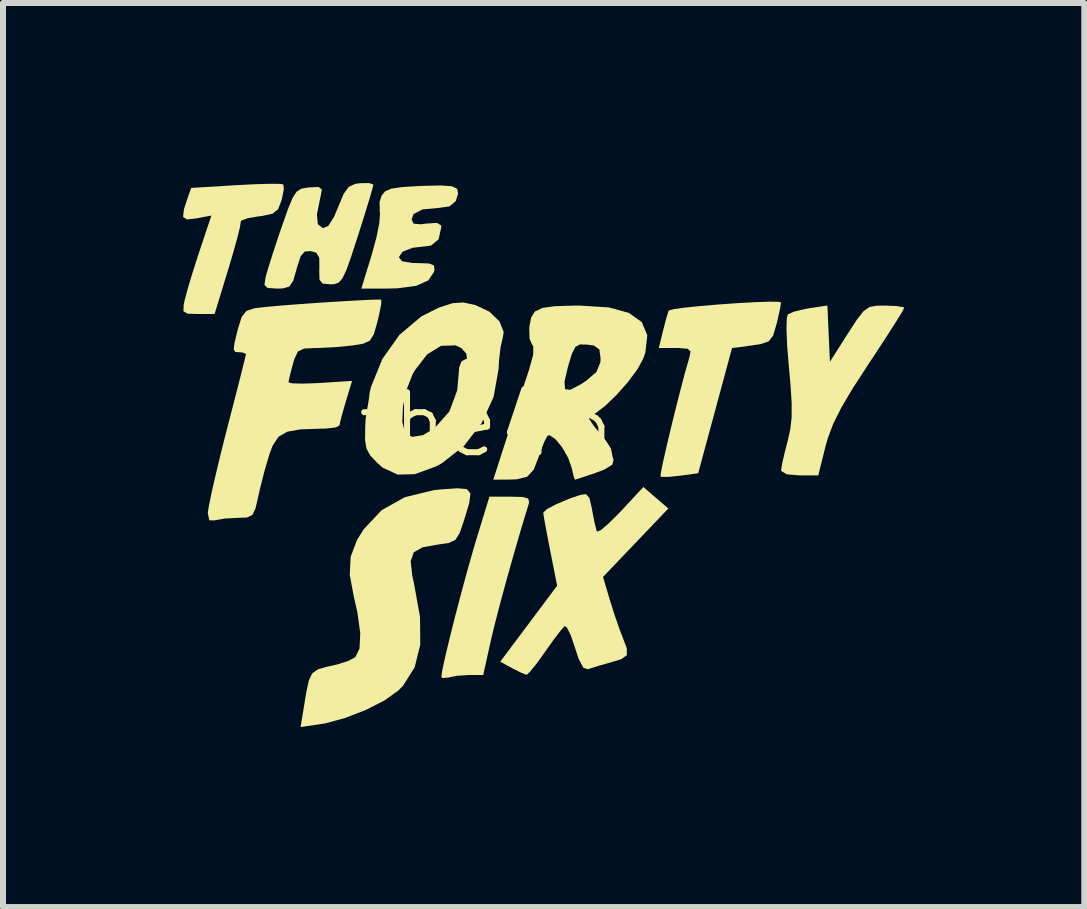
<source format=kicad_pcb>
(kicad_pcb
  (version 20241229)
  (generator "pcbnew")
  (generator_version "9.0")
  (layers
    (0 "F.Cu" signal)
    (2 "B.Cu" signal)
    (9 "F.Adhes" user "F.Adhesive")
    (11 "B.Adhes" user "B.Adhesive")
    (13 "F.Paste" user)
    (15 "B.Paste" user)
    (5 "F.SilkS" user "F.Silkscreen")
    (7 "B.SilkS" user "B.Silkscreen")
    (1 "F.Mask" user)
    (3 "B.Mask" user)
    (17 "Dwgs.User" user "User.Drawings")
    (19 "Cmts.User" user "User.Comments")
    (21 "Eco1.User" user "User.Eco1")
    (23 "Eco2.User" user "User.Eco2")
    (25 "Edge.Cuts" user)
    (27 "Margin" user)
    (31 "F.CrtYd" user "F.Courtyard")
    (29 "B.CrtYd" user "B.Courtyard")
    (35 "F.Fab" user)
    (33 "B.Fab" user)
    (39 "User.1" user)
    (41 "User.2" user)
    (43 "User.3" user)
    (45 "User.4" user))
  (footprint "the46"
    (layer "F.Cu")
    (at 5.041 4.527)
    (property "Reference" "the46" (at 0 -0.5 0) (unlocked yes) (layer "F.SilkS") (effects (font (size 1 1) (thickness 0.1))))
    (attr board_only exclude_from_pos_files exclude_from_bom)
    (fp_poly (pts (xy 0.615 0.703) (xy 0.71 0.729) (xy 0.725 0.791) (xy 0.711 0.842) (xy 0.597 1.215) (xy 0.471 1.649) (xy 0.343 2.104) (xy 0.226 2.537) (xy 0.131 2.908) (xy 0.081 3.121) (xy -0.04 3.669) (xy -0.277 3.669) (xy -0.476 3.682) (xy -0.625 3.712) (xy -0.626 3.712) (xy -0.721 3.72) (xy -0.738 3.694) (xy -0.72 3.578) (xy -0.671 3.354) (xy -0.598 3.05) (xy -0.509 2.695) (xy -0.41 2.317) (xy -0.309 1.945) (xy -0.213 1.606) (xy -0.159 1.423) (xy 0.063 0.698) (xy 0.41 0.698)) (stroke (width 0) (type solid)) (fill yes) (layer "F.SilkS"))
    (fp_poly (pts (xy -3.42 -4.513) (xy -3.369 -4.504) (xy -3.363 -4.42) (xy -3.395 -4.26) (xy -3.401 -4.239) (xy -3.457 -4.092) (xy -3.549 -4.017) (xy -3.724 -3.979) (xy -3.783 -3.972) (xy -3.967 -3.941) (xy -4.071 -3.901) (xy -4.08 -3.883) (xy -4.092 -3.798) (xy -4.139 -3.607) (xy -4.213 -3.342) (xy -4.289 -3.087) (xy -4.516 -2.345) (xy -4.791 -2.345) (xy -4.967 -2.351) (xy -5.035 -2.392) (xy -5.03 -2.504) (xy -5.015 -2.573) (xy -4.969 -2.746) (xy -4.892 -3.005) (xy -4.797 -3.303) (xy -4.767 -3.394) (xy -4.569 -3.986) (xy -4.812 -3.94) (xy -4.975 -3.921) (xy -5.041 -3.962) (xy -5.027 -4.089) (xy -4.98 -4.234) (xy -4.906 -4.446) (xy -4.155 -4.492) (xy -3.844 -4.508) (xy -3.589 -4.515)) (stroke (width 0) (type solid)) (fill yes) (layer "F.SilkS"))
    (fp_poly (pts (xy 4.878 -2.549) (xy 4.922 -2.538) (xy 4.906 -2.438) (xy 4.866 -2.256) (xy 4.845 -2.172) (xy 4.79 -1.985) (xy 4.716 -1.889) (xy 4.577 -1.843) (xy 4.436 -1.822) (xy 4.105 -1.778) (xy 3.823 -0.735) (xy 3.541 0.308) (xy 3.24 0.349) (xy 3.05 0.368) (xy 2.93 0.368) (xy 2.913 0.363) (xy 2.921 0.291) (xy 2.958 0.111) (xy 3.016 -0.146) (xy 3.089 -0.453) (xy 3.169 -0.778) (xy 3.249 -1.093) (xy 3.322 -1.369) (xy 3.381 -1.576) (xy 3.394 -1.62) (xy 3.414 -1.722) (xy 3.364 -1.767) (xy 3.211 -1.779) (xy 3.166 -1.779) (xy 2.885 -1.779) (xy 2.959 -2.079) (xy 3.008 -2.268) (xy 3.044 -2.387) (xy 3.052 -2.404) (xy 3.132 -2.426) (xy 3.316 -2.452) (xy 3.575 -2.478) (xy 3.877 -2.504) (xy 4.189 -2.526) (xy 4.481 -2.542) (xy 4.722 -2.551)) (stroke (width 0) (type solid)) (fill yes) (layer "F.SilkS"))
    (fp_poly (pts (xy 5.715 -2.019) (xy 5.736 -1.55) (xy 6.034 -2.018) (xy 6.186 -2.252) (xy 6.295 -2.392) (xy 6.394 -2.461) (xy 6.516 -2.484) (xy 6.653 -2.486) (xy 6.844 -2.478) (xy 6.959 -2.459) (xy 6.974 -2.447) (xy 6.937 -2.377) (xy 6.834 -2.211) (xy 6.68 -1.97) (xy 6.488 -1.676) (xy 6.377 -1.509) (xy 6.115 -1.105) (xy 5.925 -0.784) (xy 5.792 -0.518) (xy 5.702 -0.279) (xy 5.661 -0.134) (xy 5.542 0.344) (xy 5.232 0.344) (xy 5.015 0.325) (xy 4.925 0.269) (xy 4.923 0.255) (xy 4.941 0.142) (xy 4.987 -0.057) (xy 5.03 -0.222) (xy 5.075 -0.42) (xy 5.098 -0.619) (xy 5.099 -0.856) (xy 5.079 -1.17) (xy 5.054 -1.446) (xy 5.024 -1.807) (xy 5.012 -2.092) (xy 5.018 -2.278) (xy 5.036 -2.34) (xy 5.141 -2.386) (xy 5.327 -2.43) (xy 5.396 -2.442) (xy 5.694 -2.487)) (stroke (width 0) (type solid)) (fill yes) (layer "F.SilkS"))
    (fp_poly (pts (xy -0.562 -4.474) (xy -0.473 -4.431) (xy -0.46 -4.348) (xy -0.498 -4.226) (xy -0.603 -4.138) (xy -0.775 -4.114) (xy -1.052 -4.088) (xy -1.202 -4.01) (xy -1.233 -3.92) (xy -1.201 -3.851) (xy -1.082 -3.84) (xy -0.986 -3.852) (xy -0.81 -3.864) (xy -0.741 -3.82) (xy -0.738 -3.797) (xy -0.783 -3.591) (xy -0.909 -3.486) (xy -0.976 -3.476) (xy -1.217 -3.449) (xy -1.385 -3.382) (xy -1.446 -3.292) (xy -1.392 -3.224) (xy -1.219 -3.196) (xy -1.134 -3.194) (xy -0.942 -3.187) (xy -0.86 -3.154) (xy -0.853 -3.078) (xy -0.86 -3.047) (xy -0.955 -2.905) (xy -1.156 -2.815) (xy -1.477 -2.773) (xy -1.657 -2.769) (xy -2.071 -2.769) (xy -1.896 -3.339) (xy -1.82 -3.618) (xy -1.772 -3.858) (xy -1.76 -4.018) (xy -1.764 -4.044) (xy -1.767 -4.215) (xy -1.733 -4.318) (xy -1.676 -4.388) (xy -1.575 -4.433) (xy -1.4 -4.46) (xy -1.119 -4.477) (xy -1.057 -4.48) (xy -0.75 -4.487)) (stroke (width 0) (type solid)) (fill yes) (layer "F.SilkS"))
    (fp_poly (pts (xy -0.313 0.572) (xy -0.253 0.646) (xy -0.273 0.804) (xy -0.353 1.071) (xy -0.359 1.09) (xy -0.432 1.303) (xy -0.503 1.417) (xy -0.612 1.469) (xy -0.791 1.495) (xy -1.05 1.541) (xy -1.197 1.624) (xy -1.249 1.773) (xy -1.223 2.013) (xy -1.193 2.148) (xy -1.093 2.702) (xy -1.089 3.162) (xy -1.182 3.54) (xy -1.375 3.846) (xy -1.457 3.93) (xy -1.684 4.092) (xy -1.998 4.252) (xy -2.347 4.387) (xy -2.677 4.476) (xy -2.742 4.486) (xy -3.083 4.536) (xy -3.038 4.262) (xy -2.988 3.955) (xy -2.945 3.758) (xy -2.888 3.641) (xy -2.796 3.575) (xy -2.647 3.532) (xy -2.472 3.493) (xy -2.29 3.435) (xy -2.171 3.372) (xy -2.101 3.227) (xy -2.089 2.972) (xy -2.137 2.623) (xy -2.194 2.373) (xy -2.264 2.001) (xy -2.249 1.7) (xy -2.143 1.42) (xy -2.033 1.243) (xy -1.733 0.923) (xy -1.348 0.707) (xy -0.867 0.59) (xy -0.743 0.577) (xy -0.47 0.558)) (stroke (width 0) (type solid)) (fill yes) (layer "F.SilkS"))
    (fp_poly (pts (xy -0.169 -2.494) (xy 0.066 -2.382) (xy 0.231 -2.222) (xy 0.301 -2.046) (xy 0.283 -1.939) (xy 0.25 -1.8) (xy 0.224 -1.579) (xy 0.215 -1.424) (xy 0.133 -0.965) (xy -0.066 -0.529) (xy -0.36 -0.149) (xy -0.727 0.14) (xy -0.834 0.197) (xy -1.18 0.323) (xy -1.466 0.33) (xy -1.713 0.216) (xy -1.812 0.129) (xy -1.923 0.01) (xy -1.985 -0.1) (xy -2.009 -0.244) (xy -2.006 -0.466) (xy -2.002 -0.547) (xy -1.388 -0.547) (xy -1.344 -0.372) (xy -1.344 -0.37) (xy -1.225 -0.298) (xy -1.046 -0.327) (xy -0.852 -0.441) (xy -0.603 -0.723) (xy -0.473 -1.075) (xy -0.455 -1.28) (xy -0.44 -1.459) (xy -0.401 -1.559) (xy -0.384 -1.567) (xy -0.31 -1.605) (xy -0.325 -1.691) (xy -0.408 -1.78) (xy -0.501 -1.823) (xy -0.743 -1.815) (xy -0.974 -1.673) (xy -1.181 -1.405) (xy -1.22 -1.335) (xy -1.319 -1.079) (xy -1.378 -0.8) (xy -1.388 -0.547) (xy -2.002 -0.547) (xy -2 -0.596) (xy -1.913 -1.123) (xy -1.72 -1.598) (xy -1.434 -2) (xy -1.069 -2.307) (xy -0.78 -2.452) (xy -0.55 -2.526) (xy -0.37 -2.538)) (stroke (width 0) (type solid)) (fill yes) (layer "F.SilkS"))
    (fp_poly (pts (xy -1.87 -4.501) (xy -1.87 -4.498) (xy -1.891 -4.416) (xy -1.946 -4.227) (xy -2.029 -3.959) (xy -2.128 -3.645) (xy -2.239 -3.305) (xy -2.32 -3.077) (xy -2.386 -2.939) (xy -2.447 -2.869) (xy -2.518 -2.843) (xy -2.586 -2.84) (xy -2.716 -2.852) (xy -2.768 -2.917) (xy -2.772 -3.075) (xy -2.77 -3.105) (xy -2.772 -3.284) (xy -2.822 -3.367) (xy -2.911 -3.393) (xy -3.014 -3.386) (xy -3.082 -3.308) (xy -3.141 -3.126) (xy -3.15 -3.092) (xy -3.207 -2.896) (xy -3.273 -2.801) (xy -3.385 -2.771) (xy -3.472 -2.769) (xy -3.632 -2.779) (xy -3.685 -2.83) (xy -3.666 -2.959) (xy -3.665 -2.964) (xy -3.621 -3.116) (xy -3.544 -3.36) (xy -3.447 -3.654) (xy -3.398 -3.795) (xy -3.294 -4.091) (xy -3.217 -4.278) (xy -3.149 -4.384) (xy -3.071 -4.433) (xy -2.966 -4.452) (xy -2.94 -4.455) (xy -2.781 -4.462) (xy -2.729 -4.42) (xy -2.751 -4.296) (xy -2.756 -4.278) (xy -2.811 -4.004) (xy -2.795 -3.841) (xy -2.712 -3.777) (xy -2.622 -3.812) (xy -2.525 -3.965) (xy -2.457 -4.128) (xy -2.366 -4.346) (xy -2.282 -4.462) (xy -2.175 -4.513) (xy -2.093 -4.525) (xy -1.94 -4.527)) (stroke (width 0) (type solid)) (fill yes) (layer "F.SilkS"))
    (fp_poly (pts (xy 2.836 0.716) (xy 3.044 0.895) (xy 2.5 1.465) (xy 1.956 2.035) (xy 2.067 2.41) (xy 2.15 2.674) (xy 2.238 2.925) (xy 2.276 3.023) (xy 2.352 3.225) (xy 2.352 3.339) (xy 2.258 3.406) (xy 2.088 3.458) (xy 1.883 3.516) (xy 1.728 3.564) (xy 1.702 3.573) (xy 1.628 3.548) (xy 1.551 3.404) (xy 1.489 3.214) (xy 1.419 3.009) (xy 1.355 2.879) (xy 1.318 2.853) (xy 1.253 2.925) (xy 1.134 3.08) (xy 0.994 3.278) (xy 0.852 3.475) (xy 0.74 3.614) (xy 0.683 3.666) (xy 0.598 3.634) (xy 0.449 3.559) (xy 0.442 3.555) (xy 0.243 3.447) (xy 0.412 3.222) (xy 0.543 3.047) (xy 0.719 2.812) (xy 0.886 2.589) (xy 1.191 2.181) (xy 1.076 1.598) (xy 1.023 1.325) (xy 0.982 1.107) (xy 0.961 0.98) (xy 0.96 0.964) (xy 1.021 0.905) (xy 1.181 0.821) (xy 1.404 0.728) (xy 1.579 0.668) (xy 1.673 0.656) (xy 1.729 0.719) (xy 1.769 0.888) (xy 1.775 0.925) (xy 1.813 1.123) (xy 1.847 1.258) (xy 1.856 1.281) (xy 1.915 1.258) (xy 2.042 1.151) (xy 2.214 0.981) (xy 2.258 0.935) (xy 2.628 0.537)) (stroke (width 0) (type solid)) (fill yes) (layer "F.SilkS"))
    (fp_poly (pts (xy 2.048 -2.456) (xy 2.387 -2.364) (xy 2.602 -2.21) (xy 2.693 -1.991) (xy 2.662 -1.707) (xy 2.628 -1.606) (xy 2.529 -1.424) (xy 2.369 -1.21) (xy 2.178 -0.994) (xy 1.984 -0.808) (xy 1.818 -0.683) (xy 1.723 -0.647) (xy 1.723 -0.6) (xy 1.801 -0.482) (xy 1.872 -0.397) (xy 2.003 -0.236) (xy 2.081 -0.115) (xy 2.092 -0.084) (xy 2.115 0.033) (xy 2.132 0.082) (xy 2.112 0.164) (xy 1.977 0.247) (xy 1.836 0.3) (xy 1.642 0.366) (xy 1.514 0.407) (xy 1.487 0.415) (xy 1.465 0.354) (xy 1.434 0.218) (xy 1.374 0.049) (xy 1.275 -0.123) (xy 1.164 -0.259) (xy 1.069 -0.325) (xy 1.03 -0.316) (xy 0.977 -0.216) (xy 0.908 -0.038) (xy 0.888 0.025) (xy 0.801 0.248) (xy 0.693 0.365) (xy 0.521 0.409) (xy 0.384 0.413) (xy 0.127 0.415) (xy 0.361 -0.311) (xy 0.474 -0.659) (xy 0.586 -1.001) (xy 0.657 -1.218) (xy 1.314 -1.218) (xy 1.323 -1.093) (xy 1.409 -1.082) (xy 1.585 -1.174) (xy 1.675 -1.233) (xy 1.846 -1.38) (xy 1.911 -1.539) (xy 1.915 -1.605) (xy 1.895 -1.755) (xy 1.806 -1.819) (xy 1.698 -1.835) (xy 1.573 -1.839) (xy 1.495 -1.797) (xy 1.436 -1.68) (xy 1.371 -1.464) (xy 1.314 -1.218) (xy 0.657 -1.218) (xy 0.681 -1.289) (xy 0.722 -1.412) (xy 0.793 -1.669) (xy 0.793 -1.811) (xy 0.774 -1.836) (xy 0.732 -1.932) (xy 0.727 -2.106) (xy 0.73 -2.144) (xy 0.76 -2.291) (xy 0.824 -2.389) (xy 0.947 -2.447) (xy 1.155 -2.476) (xy 1.471 -2.485) (xy 1.581 -2.485)) (stroke (width 0) (type solid)) (fill yes) (layer "F.SilkS"))
    (fp_poly (pts (xy -1.739 -2.583) (xy -1.74 -2.511) (xy -1.772 -2.345) (xy -1.803 -2.216) (xy -1.862 -2.009) (xy -1.93 -1.9) (xy -2.047 -1.849) (xy -2.21 -1.822) (xy -2.493 -1.794) (xy -2.784 -1.779) (xy -2.832 -1.779) (xy -3.025 -1.77) (xy -3.127 -1.721) (xy -3.186 -1.597) (xy -3.211 -1.513) (xy -3.258 -1.333) (xy -3.283 -1.218) (xy -3.285 -1.206) (xy -3.22 -1.19) (xy -3.049 -1.186) (xy -2.806 -1.194) (xy -2.755 -1.197) (xy -2.225 -1.231) (xy -2.33 -0.886) (xy -2.39 -0.678) (xy -2.428 -0.529) (xy -2.435 -0.488) (xy -2.499 -0.456) (xy -2.659 -0.437) (xy -2.746 -0.435) (xy -3.081 -0.424) (xy -3.306 -0.384) (xy -3.451 -0.3) (xy -3.547 -0.155) (xy -3.599 -0.019) (xy -3.681 0.257) (xy -3.76 0.568) (xy -3.785 0.68) (xy -3.834 0.894) (xy -3.887 1.004) (xy -3.977 1.045) (xy -4.134 1.051) (xy -4.342 1.062) (xy -4.501 1.089) (xy -4.518 1.094) (xy -4.604 1.091) (xy -4.629 0.972) (xy -4.629 0.97) (xy -4.611 0.85) (xy -4.563 0.618) (xy -4.49 0.301) (xy -4.399 -0.076) (xy -4.311 -0.423) (xy -4.209 -0.818) (xy -4.12 -1.163) (xy -4.051 -1.437) (xy -4.007 -1.616) (xy -3.993 -1.679) (xy -4.05 -1.705) (xy -4.099 -1.708) (xy -4.169 -1.713) (xy -4.197 -1.75) (xy -4.186 -1.853) (xy -4.138 -2.054) (xy -4.126 -2.1) (xy -4.064 -2.298) (xy -3.985 -2.398) (xy -3.852 -2.441) (xy -3.825 -2.445) (xy -3.668 -2.463) (xy -3.421 -2.485) (xy -3.115 -2.509) (xy -2.781 -2.533) (xy -2.448 -2.554) (xy -2.148 -2.571) (xy -1.911 -2.583) (xy -1.767 -2.586)) (stroke (width 0) (type solid)) (fill yes) (layer "F.SilkS")))
  (gr_rect
    (start -3 -3)
    (end 15.015 12.062)
    (stroke (width 0.1) (type default))
    (fill no)
    (layer "Edge.Cuts")))
</source>
